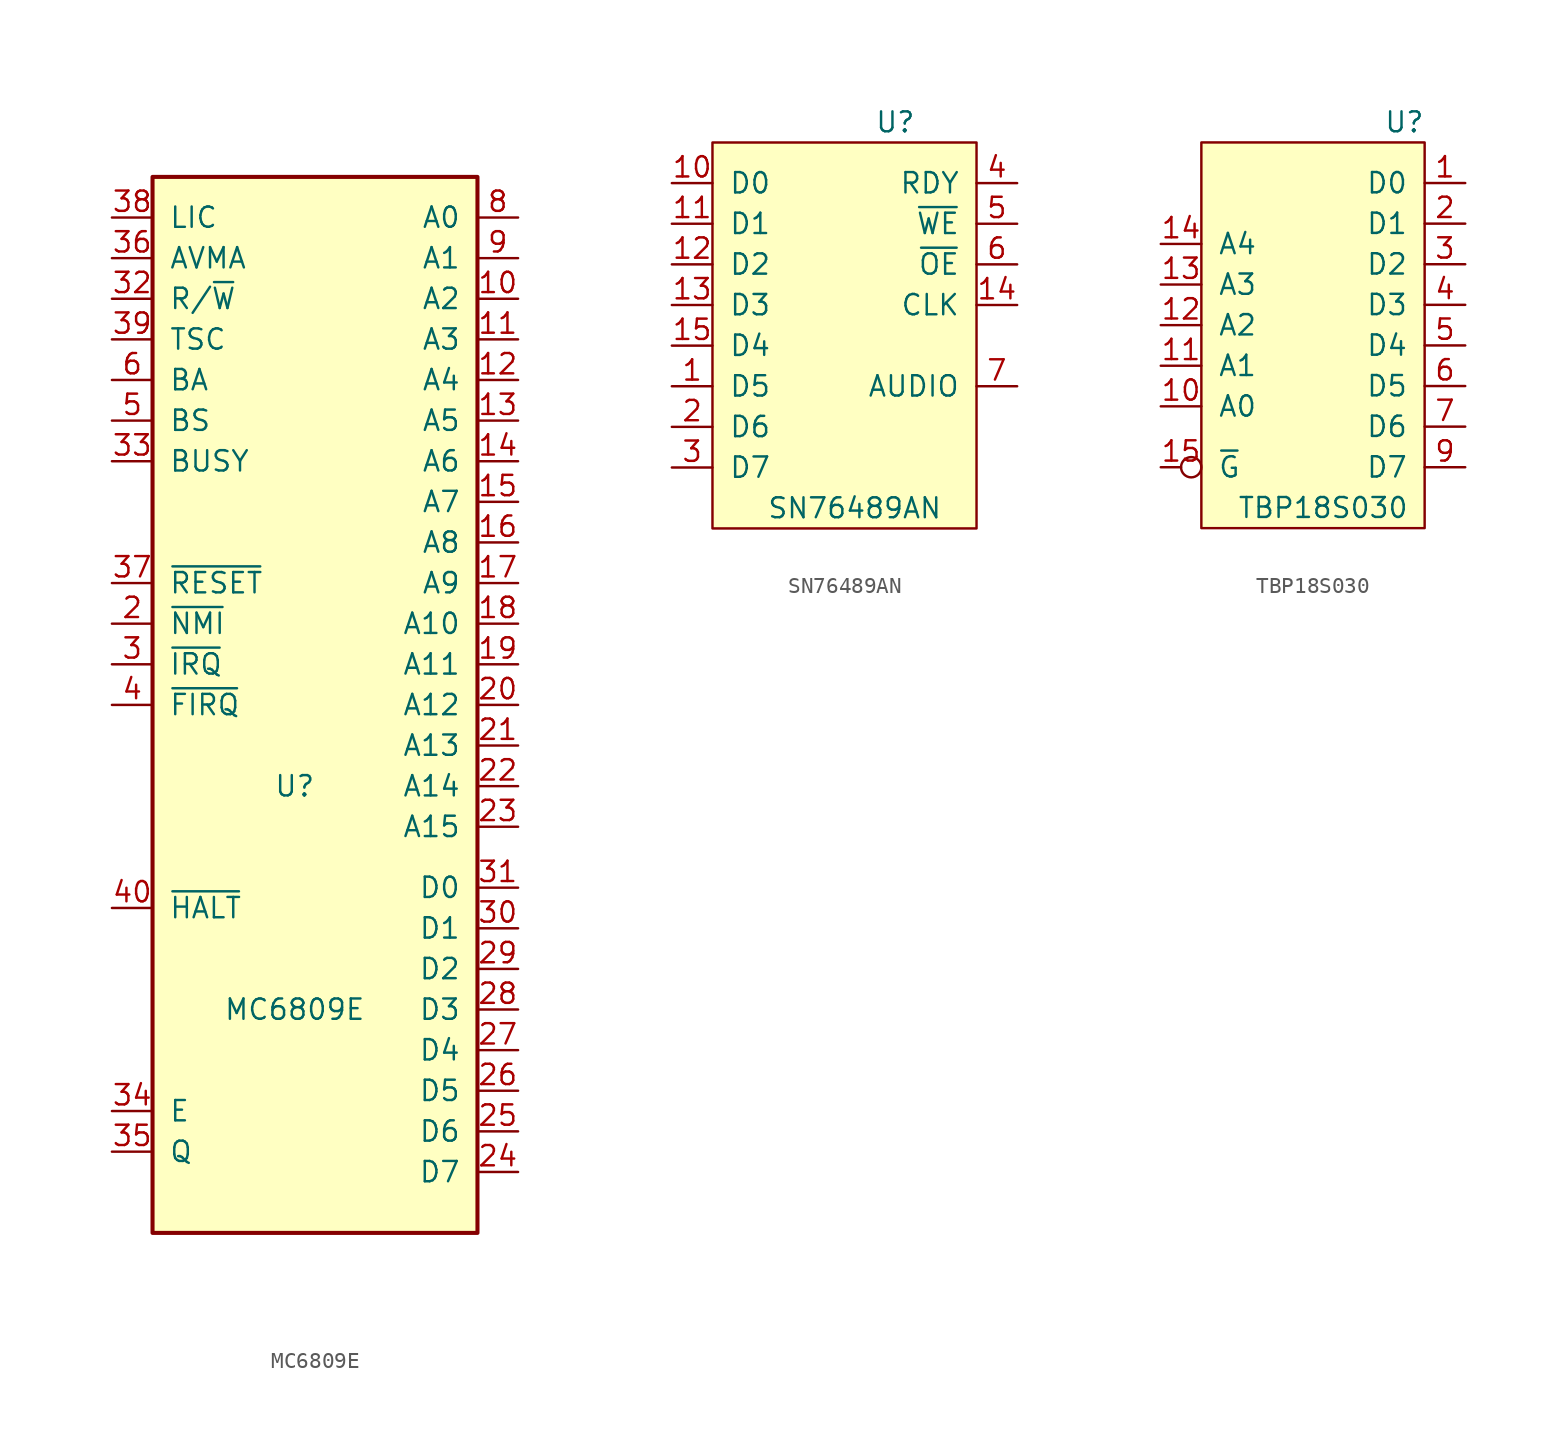
<source format=kicad_sym>
(kicad_symbol_lib
  (version 20211014)
  (generator kicad_symbol_editor)
  (symbol "MC6809E"
    (pin_names
      (offset 1.016))
    (property "Reference" "U"
      (at 0 0 0)
      (effects (font (size 1.27 1.27))))
    (property "Value" "MC6809E"
      (at 0 -13.97 0)
      (effects (font (size 1.27 1.27))))
    (symbol "MC6809E_1_1"
      (rectangle (start -8.89 -27.94) (end 11.43 38.1) (stroke (width 0.254) (type default) (color 0 0 0 0)) (fill (type background)))
      (pin power_in line (at 1.27 -27.94 90) (length 2.54) hide (name "VSS" (effects (font (size 1.27 1.27)))) (number "1" (effects (font (size 1.27 1.27)))))
      (pin output line (at 13.97 30.48 180) (length 2.54) (name "A2" (effects (font (size 1.27 1.27)))) (number "10" (effects (font (size 1.27 1.27)))))
      (pin output line (at 13.97 27.94 180) (length 2.54) (name "A3" (effects (font (size 1.27 1.27)))) (number "11" (effects (font (size 1.27 1.27)))))
      (pin output line (at 13.97 25.4 180) (length 2.54) (name "A4" (effects (font (size 1.27 1.27)))) (number "12" (effects (font (size 1.27 1.27)))))
      (pin output line (at 13.97 22.86 180) (length 2.54) (name "A5" (effects (font (size 1.27 1.27)))) (number "13" (effects (font (size 1.27 1.27)))))
      (pin output line (at 13.97 20.32 180) (length 2.54) (name "A6" (effects (font (size 1.27 1.27)))) (number "14" (effects (font (size 1.27 1.27)))))
      (pin output line (at 13.97 17.78 180) (length 2.54) (name "A7" (effects (font (size 1.27 1.27)))) (number "15" (effects (font (size 1.27 1.27)))))
      (pin output line (at 13.97 15.24 180) (length 2.54) (name "A8" (effects (font (size 1.27 1.27)))) (number "16" (effects (font (size 1.27 1.27)))))
      (pin output line (at 13.97 12.7 180) (length 2.54) (name "A9" (effects (font (size 1.27 1.27)))) (number "17" (effects (font (size 1.27 1.27)))))
      (pin output line (at 13.97 10.16 180) (length 2.54) (name "A10" (effects (font (size 1.27 1.27)))) (number "18" (effects (font (size 1.27 1.27)))))
      (pin output line (at 13.97 7.62 180) (length 2.54) (name "A11" (effects (font (size 1.27 1.27)))) (number "19" (effects (font (size 1.27 1.27)))))
      (pin input line (at -11.43 10.16 0) (length 2.54) (name "~{NMI}" (effects (font (size 1.27 1.27)))) (number "2" (effects (font (size 1.27 1.27)))))
      (pin output line (at 13.97 5.08 180) (length 2.54) (name "A12" (effects (font (size 1.27 1.27)))) (number "20" (effects (font (size 1.27 1.27)))))
      (pin output line (at 13.97 2.54 180) (length 2.54) (name "A13" (effects (font (size 1.27 1.27)))) (number "21" (effects (font (size 1.27 1.27)))))
      (pin output line (at 13.97 0 180) (length 2.54) (name "A14" (effects (font (size 1.27 1.27)))) (number "22" (effects (font (size 1.27 1.27)))))
      (pin output line (at 13.97 -2.54 180) (length 2.54) (name "A15" (effects (font (size 1.27 1.27)))) (number "23" (effects (font (size 1.27 1.27)))))
      (pin bidirectional line (at 13.97 -24.13 180) (length 2.54) (name "D7" (effects (font (size 1.27 1.27)))) (number "24" (effects (font (size 1.27 1.27)))))
      (pin bidirectional line (at 13.97 -21.59 180) (length 2.54) (name "D6" (effects (font (size 1.27 1.27)))) (number "25" (effects (font (size 1.27 1.27)))))
      (pin bidirectional line (at 13.97 -19.05 180) (length 2.54) (name "D5" (effects (font (size 1.27 1.27)))) (number "26" (effects (font (size 1.27 1.27)))))
      (pin bidirectional line (at 13.97 -16.51 180) (length 2.54) (name "D4" (effects (font (size 1.27 1.27)))) (number "27" (effects (font (size 1.27 1.27)))))
      (pin bidirectional line (at 13.97 -13.97 180) (length 2.54) (name "D3" (effects (font (size 1.27 1.27)))) (number "28" (effects (font (size 1.27 1.27)))))
      (pin bidirectional line (at 13.97 -11.43 180) (length 2.54) (name "D2" (effects (font (size 1.27 1.27)))) (number "29" (effects (font (size 1.27 1.27)))))
      (pin input line (at -11.43 7.62 0) (length 2.54) (name "~{IRQ}" (effects (font (size 1.27 1.27)))) (number "3" (effects (font (size 1.27 1.27)))))
      (pin bidirectional line (at 13.97 -8.89 180) (length 2.54) (name "D1" (effects (font (size 1.27 1.27)))) (number "30" (effects (font (size 1.27 1.27)))))
      (pin bidirectional line (at 13.97 -6.35 180) (length 2.54) (name "D0" (effects (font (size 1.27 1.27)))) (number "31" (effects (font (size 1.27 1.27)))))
      (pin output line (at -11.43 30.48 0) (length 2.54) (name "R/~{W}" (effects (font (size 1.27 1.27)))) (number "32" (effects (font (size 1.27 1.27)))))
      (pin output line (at -11.43 20.32 0) (length 2.54) (name "BUSY" (effects (font (size 1.27 1.27)))) (number "33" (effects (font (size 1.27 1.27)))))
      (pin input line (at -11.43 -20.32 0) (length 2.54) (name "E" (effects (font (size 1.27 1.27)))) (number "34" (effects (font (size 1.27 1.27)))))
      (pin input line (at -11.43 -22.86 0) (length 2.54) (name "Q" (effects (font (size 1.27 1.27)))) (number "35" (effects (font (size 1.27 1.27)))))
      (pin output line (at -11.43 33.02 0) (length 2.54) (name "AVMA" (effects (font (size 1.27 1.27)))) (number "36" (effects (font (size 1.27 1.27)))))
      (pin input line (at -11.43 12.7 0) (length 2.54) (name "~{RESET}" (effects (font (size 1.27 1.27)))) (number "37" (effects (font (size 1.27 1.27)))))
      (pin output line (at -11.43 35.56 0) (length 2.54) (name "LIC" (effects (font (size 1.27 1.27)))) (number "38" (effects (font (size 1.27 1.27)))))
      (pin output line (at -11.43 27.94 0) (length 2.54) (name "TSC" (effects (font (size 1.27 1.27)))) (number "39" (effects (font (size 1.27 1.27)))))
      (pin input line (at -11.43 5.08 0) (length 2.54) (name "~{FIRQ}" (effects (font (size 1.27 1.27)))) (number "4" (effects (font (size 1.27 1.27)))))
      (pin input line (at -11.43 -7.62 0) (length 2.54) (name "~{HALT}" (effects (font (size 1.27 1.27)))) (number "40" (effects (font (size 1.27 1.27)))))
      (pin output line (at -11.43 22.86 0) (length 2.54) (name "BS" (effects (font (size 1.27 1.27)))) (number "5" (effects (font (size 1.27 1.27)))))
      (pin output line (at -11.43 25.4 0) (length 2.54) (name "BA" (effects (font (size 1.27 1.27)))) (number "6" (effects (font (size 1.27 1.27)))))
      (pin power_in line (at 1.27 38.1 270) (length 2.54) hide (name "VCC" (effects (font (size 1.27 1.27)))) (number "7" (effects (font (size 1.27 1.27)))))
      (pin output line (at 13.97 35.56 180) (length 2.54) (name "A0" (effects (font (size 1.27 1.27)))) (number "8" (effects (font (size 1.27 1.27)))))
      (pin output line (at 13.97 33.02 180) (length 2.54) (name "A1" (effects (font (size 1.27 1.27)))) (number "9" (effects (font (size 1.27 1.27)))))))
  (symbol "SN76489AN"
    (pin_names
      (offset 1.016))
    (property "Reference" "U"
      (at 2.54 13.97 0)
      (effects (font (size 1.245 1.245))))
    (property "Value" "SN76489AN"
      (at 0 -10.16 0)
      (effects (font (size 1.245 1.245))))
    (symbol "SN76489AN_0_1"
      (rectangle (start -8.89 12.7) (end 7.62 -11.43) (stroke (width 0) (type default) (color 0 0 0 0)) (fill (type background))))
    (symbol "SN76489AN_1_1"
      (pin input line (at -11.43 -2.54 0) (length 2.54) (name "D5" (effects (font (size 1.27 1.27)))) (number "1" (effects (font (size 1.27 1.27)))))
      (pin input line (at -11.43 10.16 0) (length 2.54) (name "D0" (effects (font (size 1.27 1.27)))) (number "10" (effects (font (size 1.27 1.27)))))
      (pin input line (at -11.43 7.62 0) (length 2.54) (name "D1" (effects (font (size 1.27 1.27)))) (number "11" (effects (font (size 1.27 1.27)))))
      (pin input line (at -11.43 5.08 0) (length 2.54) (name "D2" (effects (font (size 1.27 1.27)))) (number "12" (effects (font (size 1.27 1.27)))))
      (pin input line (at -11.43 2.54 0) (length 2.54) (name "D3" (effects (font (size 1.27 1.27)))) (number "13" (effects (font (size 1.27 1.27)))))
      (pin input line (at 10.16 2.54 180) (length 2.54) (name "CLK" (effects (font (size 1.27 1.27)))) (number "14" (effects (font (size 1.27 1.27)))))
      (pin input line (at -11.43 0 0) (length 2.54) (name "D4" (effects (font (size 1.27 1.27)))) (number "15" (effects (font (size 1.27 1.27)))))
      (pin input line (at -11.43 -5.08 0) (length 2.54) (name "D6" (effects (font (size 1.27 1.27)))) (number "2" (effects (font (size 1.27 1.27)))))
      (pin input line (at -11.43 -7.62 0) (length 2.54) (name "D7" (effects (font (size 1.27 1.27)))) (number "3" (effects (font (size 1.27 1.27)))))
      (pin output line (at 10.16 10.16 180) (length 2.54) (name "RDY" (effects (font (size 1.27 1.27)))) (number "4" (effects (font (size 1.27 1.27)))))
      (pin input line (at 10.16 7.62 180) (length 2.54) (name "~{WE}" (effects (font (size 1.27 1.27)))) (number "5" (effects (font (size 1.27 1.27)))))
      (pin input line (at 10.16 5.08 180) (length 2.54) (name "~{OE}" (effects (font (size 1.27 1.27)))) (number "6" (effects (font (size 1.27 1.27)))))
      (pin output line (at 10.16 -2.54 180) (length 2.54) (name "AUDIO" (effects (font (size 1.27 1.27)))) (number "7" (effects (font (size 1.27 1.27)))))))
  (symbol "TBP18S030"
    (pin_names
      (offset 1.016))
    (property "Reference" "U"
      (at 5.08 12.7 0)
      (effects (font (size 1.245 1.245))))
    (property "Value" "TBP18S030"
      (at 0 -11.43 0)
      (effects (font (size 1.245 1.245))))
    (symbol "TBP18S030_0_1"
      (rectangle (start -7.62 11.43) (end 6.35 -12.7) (stroke (width 0) (type default) (color 0 0 0 0)) (fill (type background))))
    (symbol "TBP18S030_1_1"
      (pin output line (at 8.89 8.89 180) (length 2.54) (name "D0" (effects (font (size 1.27 1.27)))) (number "1" (effects (font (size 1.27 1.27)))))
      (pin input line (at -10.16 -5.08 0) (length 2.54) (name "A0" (effects (font (size 1.27 1.27)))) (number "10" (effects (font (size 1.27 1.27)))))
      (pin input line (at -10.16 -2.54 0) (length 2.54) (name "A1" (effects (font (size 1.27 1.27)))) (number "11" (effects (font (size 1.27 1.27)))))
      (pin input line (at -10.16 0 0) (length 2.54) (name "A2" (effects (font (size 1.27 1.27)))) (number "12" (effects (font (size 1.27 1.27)))))
      (pin input line (at -10.16 2.54 0) (length 2.54) (name "A3" (effects (font (size 1.27 1.27)))) (number "13" (effects (font (size 1.27 1.27)))))
      (pin input line (at -10.16 5.08 0) (length 2.54) (name "A4" (effects (font (size 1.27 1.27)))) (number "14" (effects (font (size 1.27 1.27)))))
      (pin input inverted (at -10.16 -8.89 0) (length 2.54) (name "~{G}" (effects (font (size 1.27 1.27)))) (number "15" (effects (font (size 1.27 1.27)))))
      (pin output line (at 8.89 6.35 180) (length 2.54) (name "D1" (effects (font (size 1.27 1.27)))) (number "2" (effects (font (size 1.27 1.27)))))
      (pin output line (at 8.89 3.81 180) (length 2.54) (name "D2" (effects (font (size 1.27 1.27)))) (number "3" (effects (font (size 1.27 1.27)))))
      (pin output line (at 8.89 1.27 180) (length 2.54) (name "D3" (effects (font (size 1.27 1.27)))) (number "4" (effects (font (size 1.27 1.27)))))
      (pin output line (at 8.89 -1.27 180) (length 2.54) (name "D4" (effects (font (size 1.27 1.27)))) (number "5" (effects (font (size 1.27 1.27)))))
      (pin output line (at 8.89 -3.81 180) (length 2.54) (name "D5" (effects (font (size 1.27 1.27)))) (number "6" (effects (font (size 1.27 1.27)))))
      (pin output line (at 8.89 -6.35 180) (length 2.54) (name "D6" (effects (font (size 1.27 1.27)))) (number "7" (effects (font (size 1.27 1.27)))))
      (pin output line (at 8.89 -8.89 180) (length 2.54) (name "D7" (effects (font (size 1.27 1.27)))) (number "9" (effects (font (size 1.27 1.27))))))))
</source>
